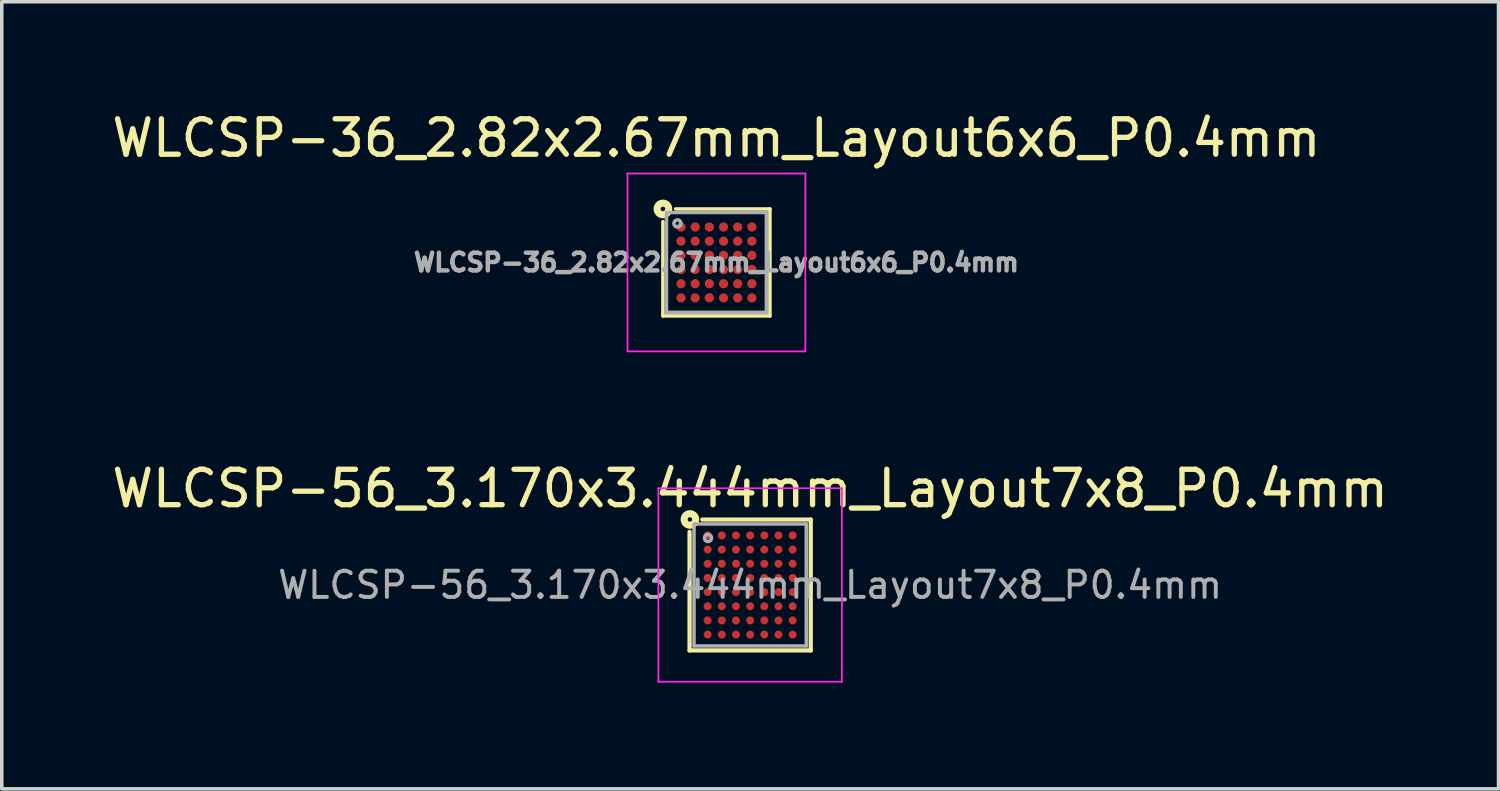
<source format=kicad_pcb>
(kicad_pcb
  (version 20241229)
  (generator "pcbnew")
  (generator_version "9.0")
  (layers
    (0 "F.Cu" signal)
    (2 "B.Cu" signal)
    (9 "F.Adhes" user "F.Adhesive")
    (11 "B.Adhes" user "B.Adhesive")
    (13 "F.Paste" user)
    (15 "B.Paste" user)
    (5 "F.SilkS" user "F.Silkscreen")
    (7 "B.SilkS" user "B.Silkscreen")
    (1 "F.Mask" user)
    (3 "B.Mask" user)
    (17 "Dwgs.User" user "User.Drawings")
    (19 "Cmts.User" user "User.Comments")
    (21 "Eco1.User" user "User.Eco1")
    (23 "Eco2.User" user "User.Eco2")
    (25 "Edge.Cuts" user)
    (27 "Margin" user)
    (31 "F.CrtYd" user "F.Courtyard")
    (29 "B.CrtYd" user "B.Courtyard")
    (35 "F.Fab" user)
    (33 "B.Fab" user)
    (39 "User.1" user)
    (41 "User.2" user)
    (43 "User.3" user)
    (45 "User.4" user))
  (footprint "WLCSP-56_3.170x3.444mm_Layout7x8_P0.4mm"
    (layer "F.Cu")
    (at 18.125 13.463)
    (property "Reference" "WLCSP-56_3.170x3.444mm_Layout7x8_P0.4mm" (at 0 -2.722 0) (layer "F.SilkS") (effects (font (size 1 1) (thickness 0.15))))
    (attr smd)
    (fp_line (start -1.71 1.847) (end -1.71 -1.5) (stroke (width 0.12) (type solid)) (layer "F.SilkS"))
    (fp_line (start -1.35 -1.847) (end 1.71 -1.847) (stroke (width 0.12) (type solid)) (layer "F.SilkS"))
    (fp_line (start 1.71 -1.847) (end 1.71 1.847) (stroke (width 0.12) (type solid)) (layer "F.SilkS"))
    (fp_line (start 1.71 1.847) (end -1.71 1.847) (stroke (width 0.12) (type solid)) (layer "F.SilkS"))
    (fp_circle (center -1.7 -1.85) (end -1.637 -1.85) (stroke (width 0.2) (type solid)) (fill no) (layer "F.SilkS"))
    (fp_line (start -2.59 -2.73) (end -2.59 2.73) (stroke (width 0.05) (type solid)) (layer "F.CrtYd"))
    (fp_line (start -2.59 2.73) (end 2.59 2.73) (stroke (width 0.05) (type solid)) (layer "F.CrtYd"))
    (fp_line (start 2.59 -2.73) (end -2.59 -2.73) (stroke (width 0.05) (type solid)) (layer "F.CrtYd"))
    (fp_line (start 2.59 2.73) (end 2.59 -2.73) (stroke (width 0.05) (type solid)) (layer "F.CrtYd"))
    (fp_line (start -1.585 1.722) (end -1.585 -1.72) (stroke (width 0.1) (type solid)) (layer "F.Fab"))
    (fp_line (start -1.57 -1.722) (end 1.585 -1.722) (stroke (width 0.1) (type solid)) (layer "F.Fab"))
    (fp_line (start 1.585 -1.722) (end 1.585 1.722) (stroke (width 0.1) (type solid)) (layer "F.Fab"))
    (fp_line (start 1.585 1.722) (end -1.585 1.722) (stroke (width 0.1) (type solid)) (layer "F.Fab"))
    (fp_circle (center -1.189 -1.326) (end -1.089 -1.326) (stroke (width 0.1) (type solid)) (fill no) (layer "F.Fab"))
    (fp_text user "${REFERENCE}" (at 0 0 0) (layer "F.Fab") (effects (font (size 0.74 0.74) (thickness 0.111))))
    (pad "A1" smd circle (at -1.2 -1.4) (size 0.225 0.225) (layers "F.Cu" "F.Mask" "F.Paste"))
    (pad "A2" smd circle (at -0.8 -1.4) (size 0.225 0.225) (layers "F.Cu" "F.Mask" "F.Paste"))
    (pad "A3" smd circle (at -0.4 -1.4) (size 0.225 0.225) (layers "F.Cu" "F.Mask" "F.Paste"))
    (pad "A4" smd circle (at 0 -1.4) (size 0.225 0.225) (layers "F.Cu" "F.Mask" "F.Paste"))
    (pad "A5" smd circle (at 0.4 -1.4) (size 0.225 0.225) (layers "F.Cu" "F.Mask" "F.Paste"))
    (pad "A6" smd circle (at 0.8 -1.4) (size 0.225 0.225) (layers "F.Cu" "F.Mask" "F.Paste"))
    (pad "A7" smd circle (at 1.2 -1.4) (size 0.225 0.225) (layers "F.Cu" "F.Mask" "F.Paste"))
    (pad "B1" smd circle (at -1.2 -1) (size 0.225 0.225) (layers "F.Cu" "F.Mask" "F.Paste"))
    (pad "B2" smd circle (at -0.8 -1) (size 0.225 0.225) (layers "F.Cu" "F.Mask" "F.Paste"))
    (pad "B3" smd circle (at -0.4 -1) (size 0.225 0.225) (layers "F.Cu" "F.Mask" "F.Paste"))
    (pad "B4" smd circle (at 0 -1) (size 0.225 0.225) (layers "F.Cu" "F.Mask" "F.Paste"))
    (pad "B5" smd circle (at 0.4 -1) (size 0.225 0.225) (layers "F.Cu" "F.Mask" "F.Paste"))
    (pad "B6" smd circle (at 0.8 -1) (size 0.225 0.225) (layers "F.Cu" "F.Mask" "F.Paste"))
    (pad "B7" smd circle (at 1.2 -1) (size 0.225 0.225) (layers "F.Cu" "F.Mask" "F.Paste"))
    (pad "C1" smd circle (at -1.2 -0.6) (size 0.225 0.225) (layers "F.Cu" "F.Mask" "F.Paste"))
    (pad "C2" smd circle (at -0.8 -0.6) (size 0.225 0.225) (layers "F.Cu" "F.Mask" "F.Paste"))
    (pad "C3" smd circle (at -0.4 -0.6) (size 0.225 0.225) (layers "F.Cu" "F.Mask" "F.Paste"))
    (pad "C4" smd circle (at 0 -0.6) (size 0.225 0.225) (layers "F.Cu" "F.Mask" "F.Paste"))
    (pad "C5" smd circle (at 0.4 -0.6) (size 0.225 0.225) (layers "F.Cu" "F.Mask" "F.Paste"))
    (pad "C6" smd circle (at 0.8 -0.6) (size 0.225 0.225) (layers "F.Cu" "F.Mask" "F.Paste"))
    (pad "C7" smd circle (at 1.2 -0.6) (size 0.225 0.225) (layers "F.Cu" "F.Mask" "F.Paste"))
    (pad "D1" smd circle (at -1.2 -0.2) (size 0.225 0.225) (layers "F.Cu" "F.Mask" "F.Paste"))
    (pad "D2" smd circle (at -0.8 -0.2) (size 0.225 0.225) (layers "F.Cu" "F.Mask" "F.Paste"))
    (pad "D3" smd circle (at -0.4 -0.2) (size 0.225 0.225) (layers "F.Cu" "F.Mask" "F.Paste"))
    (pad "D4" smd circle (at 0 -0.2) (size 0.225 0.225) (layers "F.Cu" "F.Mask" "F.Paste"))
    (pad "D5" smd circle (at 0.4 -0.2) (size 0.225 0.225) (layers "F.Cu" "F.Mask" "F.Paste"))
    (pad "D6" smd circle (at 0.8 -0.2) (size 0.225 0.225) (layers "F.Cu" "F.Mask" "F.Paste"))
    (pad "D7" smd circle (at 1.2 -0.2) (size 0.225 0.225) (layers "F.Cu" "F.Mask" "F.Paste"))
    (pad "E1" smd circle (at -1.2 0.2) (size 0.225 0.225) (layers "F.Cu" "F.Mask" "F.Paste"))
    (pad "E2" smd circle (at -0.8 0.2) (size 0.225 0.225) (layers "F.Cu" "F.Mask" "F.Paste"))
    (pad "E3" smd circle (at -0.4 0.2) (size 0.225 0.225) (layers "F.Cu" "F.Mask" "F.Paste"))
    (pad "E4" smd circle (at 0 0.2) (size 0.225 0.225) (layers "F.Cu" "F.Mask" "F.Paste"))
    (pad "E5" smd circle (at 0.4 0.2) (size 0.225 0.225) (layers "F.Cu" "F.Mask" "F.Paste"))
    (pad "E6" smd circle (at 0.8 0.2) (size 0.225 0.225) (layers "F.Cu" "F.Mask" "F.Paste"))
    (pad "E7" smd circle (at 1.2 0.2) (size 0.225 0.225) (layers "F.Cu" "F.Mask" "F.Paste"))
    (pad "F1" smd circle (at -1.2 0.6) (size 0.225 0.225) (layers "F.Cu" "F.Mask" "F.Paste"))
    (pad "F2" smd circle (at -0.8 0.6) (size 0.225 0.225) (layers "F.Cu" "F.Mask" "F.Paste"))
    (pad "F3" smd circle (at -0.4 0.6) (size 0.225 0.225) (layers "F.Cu" "F.Mask" "F.Paste"))
    (pad "F4" smd circle (at 0 0.6) (size 0.225 0.225) (layers "F.Cu" "F.Mask" "F.Paste"))
    (pad "F5" smd circle (at 0.4 0.6) (size 0.225 0.225) (layers "F.Cu" "F.Mask" "F.Paste"))
    (pad "F6" smd circle (at 0.8 0.6) (size 0.225 0.225) (layers "F.Cu" "F.Mask" "F.Paste"))
    (pad "F7" smd circle (at 1.2 0.6) (size 0.225 0.225) (layers "F.Cu" "F.Mask" "F.Paste"))
    (pad "G1" smd circle (at -1.2 1) (size 0.225 0.225) (layers "F.Cu" "F.Mask" "F.Paste"))
    (pad "G2" smd circle (at -0.8 1) (size 0.225 0.225) (layers "F.Cu" "F.Mask" "F.Paste"))
    (pad "G3" smd circle (at -0.4 1) (size 0.225 0.225) (layers "F.Cu" "F.Mask" "F.Paste"))
    (pad "G4" smd circle (at 0 1) (size 0.225 0.225) (layers "F.Cu" "F.Mask" "F.Paste"))
    (pad "G5" smd circle (at 0.4 1) (size 0.225 0.225) (layers "F.Cu" "F.Mask" "F.Paste"))
    (pad "G6" smd circle (at 0.8 1) (size 0.225 0.225) (layers "F.Cu" "F.Mask" "F.Paste"))
    (pad "G7" smd circle (at 1.2 1) (size 0.225 0.225) (layers "F.Cu" "F.Mask" "F.Paste"))
    (pad "H1" smd circle (at -1.2 1.4) (size 0.225 0.225) (layers "F.Cu" "F.Mask" "F.Paste"))
    (pad "H2" smd circle (at -0.8 1.4) (size 0.225 0.225) (layers "F.Cu" "F.Mask" "F.Paste"))
    (pad "H3" smd circle (at -0.4 1.4) (size 0.225 0.225) (layers "F.Cu" "F.Mask" "F.Paste"))
    (pad "H4" smd circle (at 0 1.4) (size 0.225 0.225) (layers "F.Cu" "F.Mask" "F.Paste"))
    (pad "H5" smd circle (at 0.4 1.4) (size 0.225 0.225) (layers "F.Cu" "F.Mask" "F.Paste"))
    (pad "H6" smd circle (at 0.8 1.4) (size 0.225 0.225) (layers "F.Cu" "F.Mask" "F.Paste"))
    (pad "H7" smd circle (at 1.2 1.4) (size 0.225 0.225) (layers "F.Cu" "F.Mask" "F.Paste")))
  (footprint "WLCSP-36_2.82x2.67mm_Layout6x6_P0.4mm"
    (layer "F.Cu")
    (at 17.173 4.358)
    (property "Reference" "WLCSP-36_2.82x2.67mm_Layout6x6_P0.4mm" (at 0 -3.51 0) (layer "F.SilkS") (effects (font (size 1 1) (thickness 0.15))))
    (attr smd)
    (fp_line (start -1.51 1.51) (end -1.51 -1.15) (stroke (width 0.1) (type solid)) (layer "F.SilkS"))
    (fp_line (start -1.51 1.51) (end 1.51 1.51) (stroke (width 0.1) (type solid)) (layer "F.SilkS"))
    (fp_line (start -1.15 -1.51) (end 1.51 -1.51) (stroke (width 0.1) (type solid)) (layer "F.SilkS"))
    (fp_line (start 1.51 1.51) (end 1.51 -1.51) (stroke (width 0.1) (type solid)) (layer "F.SilkS"))
    (fp_circle (center -1.51 -1.51) (end -1.446 -1.51) (stroke (width 0.2) (type solid)) (fill no) (layer "F.SilkS"))
    (fp_line (start -2.51 -2.51) (end 2.51 -2.51) (stroke (width 0.05) (type solid)) (layer "F.CrtYd"))
    (fp_line (start -2.51 2.51) (end -2.51 -2.51) (stroke (width 0.05) (type solid)) (layer "F.CrtYd"))
    (fp_line (start -2.51 2.51) (end 2.51 2.51) (stroke (width 0.05) (type solid)) (layer "F.CrtYd"))
    (fp_line (start 2.51 2.51) (end 2.51 -2.51) (stroke (width 0.05) (type solid)) (layer "F.CrtYd"))
    (fp_line (start -1.41 1.41) (end -1.41 -1.4) (stroke (width 0.1) (type solid)) (layer "F.Fab"))
    (fp_line (start -1.41 1.41) (end 1.41 1.41) (stroke (width 0.1) (type solid)) (layer "F.Fab"))
    (fp_line (start -1.4 -1.41) (end 1.41 -1.41) (stroke (width 0.1) (type solid)) (layer "F.Fab"))
    (fp_line (start 1.41 1.41) (end 1.41 -1.41) (stroke (width 0.1) (type solid)) (layer "F.Fab"))
    (fp_circle (center -1.1 -1.1) (end -1 -1.1) (stroke (width 0.1) (type solid)) (fill no) (layer "F.Fab"))
    (fp_text user "${REFERENCE}" (at 0 0 0) (layer "F.Fab") (effects (font (size 0.5 0.5) (thickness 0.125))))
    (pad "A1" smd circle (at -1 -1) (size 0.26 0.26) (layers "F.Cu" "F.Mask" "F.Paste"))
    (pad "A2" smd circle (at -0.6 -1) (size 0.26 0.26) (layers "F.Cu" "F.Mask" "F.Paste"))
    (pad "A3" smd circle (at -0.2 -1) (size 0.26 0.26) (layers "F.Cu" "F.Mask" "F.Paste"))
    (pad "A4" smd circle (at 0.2 -1) (size 0.26 0.26) (layers "F.Cu" "F.Mask" "F.Paste"))
    (pad "A5" smd circle (at 0.6 -1) (size 0.26 0.26) (layers "F.Cu" "F.Mask" "F.Paste"))
    (pad "A6" smd circle (at 1 -1) (size 0.26 0.26) (layers "F.Cu" "F.Mask" "F.Paste"))
    (pad "B1" smd circle (at -1 -0.6) (size 0.26 0.26) (layers "F.Cu" "F.Mask" "F.Paste"))
    (pad "B2" smd circle (at -0.6 -0.6) (size 0.26 0.26) (layers "F.Cu" "F.Mask" "F.Paste"))
    (pad "B3" smd circle (at -0.2 -0.6) (size 0.26 0.26) (layers "F.Cu" "F.Mask" "F.Paste"))
    (pad "B4" smd circle (at 0.2 -0.6) (size 0.26 0.26) (layers "F.Cu" "F.Mask" "F.Paste"))
    (pad "B5" smd circle (at 0.6 -0.6) (size 0.26 0.26) (layers "F.Cu" "F.Mask" "F.Paste"))
    (pad "B6" smd circle (at 1 -0.6) (size 0.26 0.26) (layers "F.Cu" "F.Mask" "F.Paste"))
    (pad "C1" smd circle (at -1 -0.2) (size 0.26 0.26) (layers "F.Cu" "F.Mask" "F.Paste"))
    (pad "C2" smd circle (at -0.6 -0.2) (size 0.26 0.26) (layers "F.Cu" "F.Mask" "F.Paste"))
    (pad "C3" smd circle (at -0.2 -0.2) (size 0.26 0.26) (layers "F.Cu" "F.Mask" "F.Paste"))
    (pad "C4" smd circle (at 0.2 -0.2) (size 0.26 0.26) (layers "F.Cu" "F.Mask" "F.Paste"))
    (pad "C5" smd circle (at 0.6 -0.2) (size 0.26 0.26) (layers "F.Cu" "F.Mask" "F.Paste"))
    (pad "C6" smd circle (at 1 -0.2) (size 0.26 0.26) (layers "F.Cu" "F.Mask" "F.Paste"))
    (pad "D1" smd circle (at -1 0.2) (size 0.26 0.26) (layers "F.Cu" "F.Mask" "F.Paste"))
    (pad "D2" smd circle (at -0.6 0.2) (size 0.26 0.26) (layers "F.Cu" "F.Mask" "F.Paste"))
    (pad "D3" smd circle (at -0.2 0.2) (size 0.26 0.26) (layers "F.Cu" "F.Mask" "F.Paste"))
    (pad "D4" smd circle (at 0.2 0.2) (size 0.26 0.26) (layers "F.Cu" "F.Mask" "F.Paste"))
    (pad "D5" smd circle (at 0.6 0.2) (size 0.26 0.26) (layers "F.Cu" "F.Mask" "F.Paste"))
    (pad "D6" smd circle (at 1 0.2) (size 0.26 0.26) (layers "F.Cu" "F.Mask" "F.Paste"))
    (pad "E1" smd circle (at -1 0.6) (size 0.26 0.26) (layers "F.Cu" "F.Mask" "F.Paste"))
    (pad "E2" smd circle (at -0.6 0.6) (size 0.26 0.26) (layers "F.Cu" "F.Mask" "F.Paste"))
    (pad "E3" smd circle (at -0.2 0.6) (size 0.26 0.26) (layers "F.Cu" "F.Mask" "F.Paste"))
    (pad "E4" smd circle (at 0.2 0.6) (size 0.26 0.26) (layers "F.Cu" "F.Mask" "F.Paste"))
    (pad "E5" smd circle (at 0.6 0.6) (size 0.26 0.26) (layers "F.Cu" "F.Mask" "F.Paste"))
    (pad "E6" smd circle (at 1 0.6) (size 0.26 0.26) (layers "F.Cu" "F.Mask" "F.Paste"))
    (pad "F1" smd circle (at -1 1) (size 0.26 0.26) (layers "F.Cu" "F.Mask" "F.Paste"))
    (pad "F2" smd circle (at -0.6 1) (size 0.26 0.26) (layers "F.Cu" "F.Mask" "F.Paste"))
    (pad "F3" smd circle (at -0.2 1) (size 0.26 0.26) (layers "F.Cu" "F.Mask" "F.Paste"))
    (pad "F4" smd circle (at 0.2 1) (size 0.26 0.26) (layers "F.Cu" "F.Mask" "F.Paste"))
    (pad "F5" smd circle (at 0.6 1) (size 0.26 0.26) (layers "F.Cu" "F.Mask" "F.Paste"))
    (pad "F6" smd circle (at 1 1) (size 0.26 0.26) (layers "F.Cu" "F.Mask" "F.Paste")))
  (gr_rect
    (start -3 -3)
    (end 39.25 19.218)
    (stroke (width 0.1) (type default))
    (fill no)
    (layer "Edge.Cuts")))
</source>
